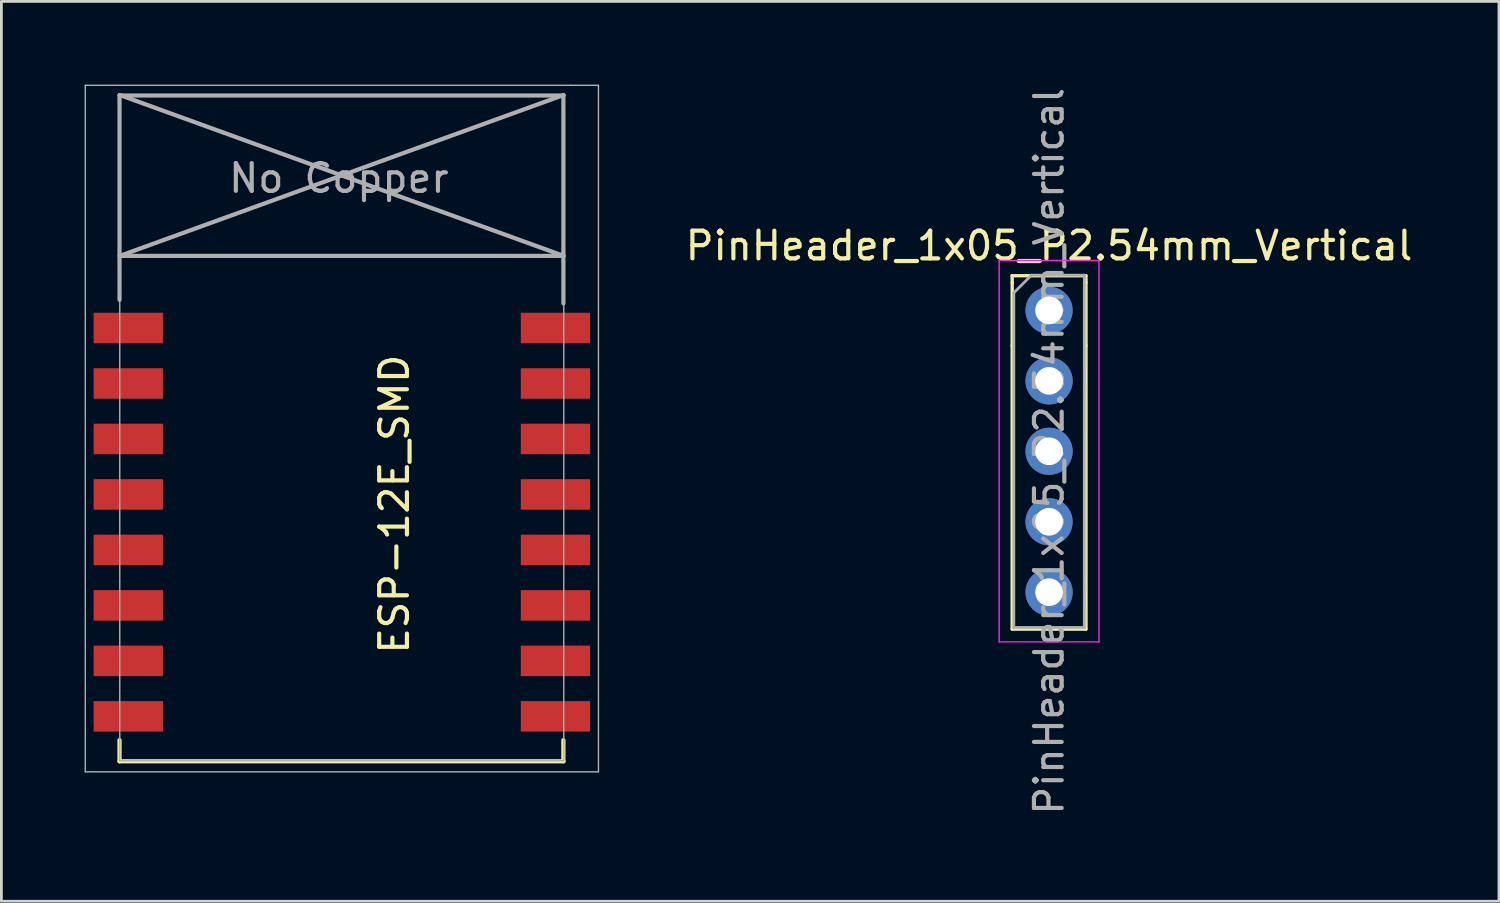
<source format=kicad_pcb>
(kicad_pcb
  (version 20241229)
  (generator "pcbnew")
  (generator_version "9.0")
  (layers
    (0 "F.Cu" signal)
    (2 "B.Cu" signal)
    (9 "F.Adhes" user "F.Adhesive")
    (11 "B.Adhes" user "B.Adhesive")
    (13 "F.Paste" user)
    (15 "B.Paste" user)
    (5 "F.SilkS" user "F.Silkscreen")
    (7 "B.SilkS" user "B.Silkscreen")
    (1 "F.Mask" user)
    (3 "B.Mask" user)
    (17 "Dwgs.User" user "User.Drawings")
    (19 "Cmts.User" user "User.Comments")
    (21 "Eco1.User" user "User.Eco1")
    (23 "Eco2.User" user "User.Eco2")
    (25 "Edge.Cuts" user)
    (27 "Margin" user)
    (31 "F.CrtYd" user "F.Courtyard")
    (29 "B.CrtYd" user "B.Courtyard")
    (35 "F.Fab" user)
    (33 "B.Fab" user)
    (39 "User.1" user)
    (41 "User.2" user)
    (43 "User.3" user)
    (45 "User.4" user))
  (footprint "ESP-12E_SMD"
    (layer "F.Cu")
    (at 2.275 8.775)
    (property "Reference" "ESP-12E_SMD" (at 8.89 6.35 90) (layer "F.SilkS") (effects (font (size 1 1) (thickness 0.15))))
    (attr through_hole)
    (fp_line (start -1.016 14.859) (end -1.016 15.621) (stroke (width 0.152) (type solid)) (layer "F.SilkS"))
    (fp_line (start -1.016 15.621) (end 14.986 15.621) (stroke (width 0.152) (type solid)) (layer "F.SilkS"))
    (fp_line (start 14.986 15.621) (end 14.986 14.859) (stroke (width 0.152) (type solid)) (layer "F.SilkS"))
    (fp_line (start -2.25 -8.75) (end 15.25 -8.75) (stroke (width 0.05) (type solid)) (layer "F.Fab"))
    (fp_line (start -2.25 -0.5) (end -2.25 -8.75) (stroke (width 0.05) (type solid)) (layer "F.Fab"))
    (fp_line (start -2.25 16) (end -2.25 -0.5) (stroke (width 0.05) (type solid)) (layer "F.Fab"))
    (fp_line (start -1.016 -8.382) (end -1.016 -1.016) (stroke (width 0.152) (type solid)) (layer "F.Fab"))
    (fp_line (start -1.016 -8.382) (end 14.986 -8.382) (stroke (width 0.152) (type solid)) (layer "F.Fab"))
    (fp_line (start -1.008 -8.4) (end 14.992 -8.4) (stroke (width 0.05) (type solid)) (layer "F.Fab"))
    (fp_line (start -1.008 -8.4) (end 14.992 -2.6) (stroke (width 0.152) (type solid)) (layer "F.Fab"))
    (fp_line (start -1.008 -2.6) (end 14.992 -2.6) (stroke (width 0.152) (type solid)) (layer "F.Fab"))
    (fp_line (start -1.008 15.6) (end -1.008 -8.4) (stroke (width 0.05) (type solid)) (layer "F.Fab"))
    (fp_line (start 14.986 -8.382) (end 14.986 -0.889) (stroke (width 0.152) (type solid)) (layer "F.Fab"))
    (fp_line (start 14.992 -8.4) (end -1.008 -2.6) (stroke (width 0.152) (type solid)) (layer "F.Fab"))
    (fp_line (start 14.992 15.6) (end -1.008 15.6) (stroke (width 0.05) (type solid)) (layer "F.Fab"))
    (fp_line (start 15 -8.4) (end 15 15.6) (stroke (width 0.05) (type solid)) (layer "F.Fab"))
    (fp_line (start 15.25 -8.75) (end 16.25 -8.75) (stroke (width 0.05) (type solid)) (layer "F.Fab"))
    (fp_line (start 16.25 -8.75) (end 16.25 16) (stroke (width 0.05) (type solid)) (layer "F.Fab"))
    (fp_line (start 16.25 16) (end -2.25 16) (stroke (width 0.05) (type solid)) (layer "F.Fab"))
    (fp_text user "No Copper" (at 6.892 -5.4 0) (layer "F.Fab") (effects (font (size 1 1) (thickness 0.15))))
    (pad "1" smd rect (at 0 0) (size 2.5 1.1) (drill (offset -0.7 0)) (layers "F.Cu" "F.Mask" "F.Paste"))
    (pad "2" smd rect (at 0 2) (size 2.5 1.1) (drill (offset -0.7 0)) (layers "F.Cu" "F.Mask" "F.Paste"))
    (pad "3" smd rect (at 0 4) (size 2.5 1.1) (drill (offset -0.7 0)) (layers "F.Cu" "F.Mask" "F.Paste"))
    (pad "4" smd rect (at 0 6) (size 2.5 1.1) (drill (offset -0.7 0)) (layers "F.Cu" "F.Mask" "F.Paste"))
    (pad "5" smd rect (at 0 8) (size 2.5 1.1) (drill (offset -0.7 0)) (layers "F.Cu" "F.Mask" "F.Paste"))
    (pad "6" smd rect (at 0 10) (size 2.5 1.1) (drill (offset -0.7 0)) (layers "F.Cu" "F.Mask" "F.Paste"))
    (pad "7" smd rect (at 0 12) (size 2.5 1.1) (drill (offset -0.7 0)) (layers "F.Cu" "F.Mask" "F.Paste"))
    (pad "8" smd rect (at 0 14) (size 2.5 1.1) (drill (offset -0.7 0)) (layers "F.Cu" "F.Mask" "F.Paste"))
    (pad "9" smd rect (at 14 14) (size 2.5 1.1) (drill (offset 0.7 0)) (layers "F.Cu" "F.Mask" "F.Paste"))
    (pad "10" smd rect (at 14 12) (size 2.5 1.1) (drill (offset 0.7 0)) (layers "F.Cu" "F.Mask" "F.Paste"))
    (pad "11" smd rect (at 14 10) (size 2.5 1.1) (drill (offset 0.7 0)) (layers "F.Cu" "F.Mask" "F.Paste"))
    (pad "12" smd rect (at 14 8) (size 2.5 1.1) (drill (offset 0.7 0)) (layers "F.Cu" "F.Mask" "F.Paste"))
    (pad "13" smd rect (at 14 6) (size 2.5 1.1) (drill (offset 0.7 0)) (layers "F.Cu" "F.Mask" "F.Paste"))
    (pad "14" smd rect (at 14 4) (size 2.5 1.1) (drill (offset 0.7 0)) (layers "F.Cu" "F.Mask" "F.Paste"))
    (pad "15" smd rect (at 14 2) (size 2.5 1.1) (drill (offset 0.7 0)) (layers "F.Cu" "F.Mask" "F.Paste"))
    (pad "16" smd rect (at 14 0) (size 2.5 1.1) (drill (offset 0.7 0)) (layers "F.Cu" "F.Mask" "F.Paste")))
  (footprint "PinHeader_1x05_P2.54mm_Vertical"
    (layer "F.Cu")
    (at 34.77 8.14)
    (property "Reference" "PinHeader_1x05_P2.54mm_Vertical" (at 0 -2.33 0) (layer "F.SilkS") (effects (font (size 1 1) (thickness 0.15))))
    (attr through_hole)
    (fp_line (start -1.33 -1) (end -1.33 -1.25) (stroke (width 0.12) (type solid)) (layer "F.SilkS"))
    (fp_line (start -1.33 1.27) (end -1.33 -1) (stroke (width 0.12) (type solid)) (layer "F.SilkS"))
    (fp_line (start -1.33 1.27) (end -1.33 11.49) (stroke (width 0.12) (type solid)) (layer "F.SilkS"))
    (fp_line (start -1.33 11.49) (end 1.33 11.49) (stroke (width 0.12) (type solid)) (layer "F.SilkS"))
    (fp_line (start 1.33 -1.25) (end -1.33 -1.25) (stroke (width 0.12) (type solid)) (layer "F.SilkS"))
    (fp_line (start 1.33 -1) (end 1.33 -1.25) (stroke (width 0.12) (type solid)) (layer "F.SilkS"))
    (fp_line (start 1.33 1.27) (end 1.33 -1) (stroke (width 0.12) (type solid)) (layer "F.SilkS"))
    (fp_line (start 1.33 1.27) (end 1.33 11.49) (stroke (width 0.12) (type solid)) (layer "F.SilkS"))
    (fp_line (start -1.8 -1.8) (end -1.8 11.95) (stroke (width 0.05) (type solid)) (layer "F.CrtYd"))
    (fp_line (start -1.8 11.95) (end 1.8 11.95) (stroke (width 0.05) (type solid)) (layer "F.CrtYd"))
    (fp_line (start 1.8 -1.8) (end -1.8 -1.8) (stroke (width 0.05) (type solid)) (layer "F.CrtYd"))
    (fp_line (start 1.8 11.95) (end 1.8 -1.8) (stroke (width 0.05) (type solid)) (layer "F.CrtYd"))
    (fp_line (start -1.27 -0.635) (end -0.635 -1.27) (stroke (width 0.1) (type solid)) (layer "F.Fab"))
    (fp_line (start -1.27 11.43) (end -1.27 -0.635) (stroke (width 0.1) (type solid)) (layer "F.Fab"))
    (fp_line (start -0.635 -1.27) (end 1.27 -1.27) (stroke (width 0.1) (type solid)) (layer "F.Fab"))
    (fp_line (start 1.27 -1.27) (end 1.27 11.43) (stroke (width 0.1) (type solid)) (layer "F.Fab"))
    (fp_line (start 1.27 11.43) (end -1.27 11.43) (stroke (width 0.1) (type solid)) (layer "F.Fab"))
    (fp_text user "${REFERENCE}" (at 0 5.08 90) (layer "F.Fab") (effects (font (size 1 1) (thickness 0.15))))
    (pad "1" thru_hole circle (at 0 0) (size 1.7 1.7) (drill 1) (layers "*.Cu" "*.Mask"))
    (pad "2" thru_hole oval (at 0 2.54) (size 1.7 1.7) (drill 1) (layers "*.Cu" "*.Mask"))
    (pad "3" thru_hole oval (at 0 5.08) (size 1.7 1.7) (drill 1) (layers "*.Cu" "*.Mask"))
    (pad "4" thru_hole oval (at 0 7.62) (size 1.7 1.7) (drill 1) (layers "*.Cu" "*.Mask"))
    (pad "5" thru_hole oval (at 0 10.16) (size 1.7 1.7) (drill 1) (layers "*.Cu" "*.Mask")))
  (gr_rect
    (start -3 -3)
    (end 50.99 29.44)
    (stroke (width 0.1) (type default))
    (fill no)
    (layer "Edge.Cuts")))
</source>
